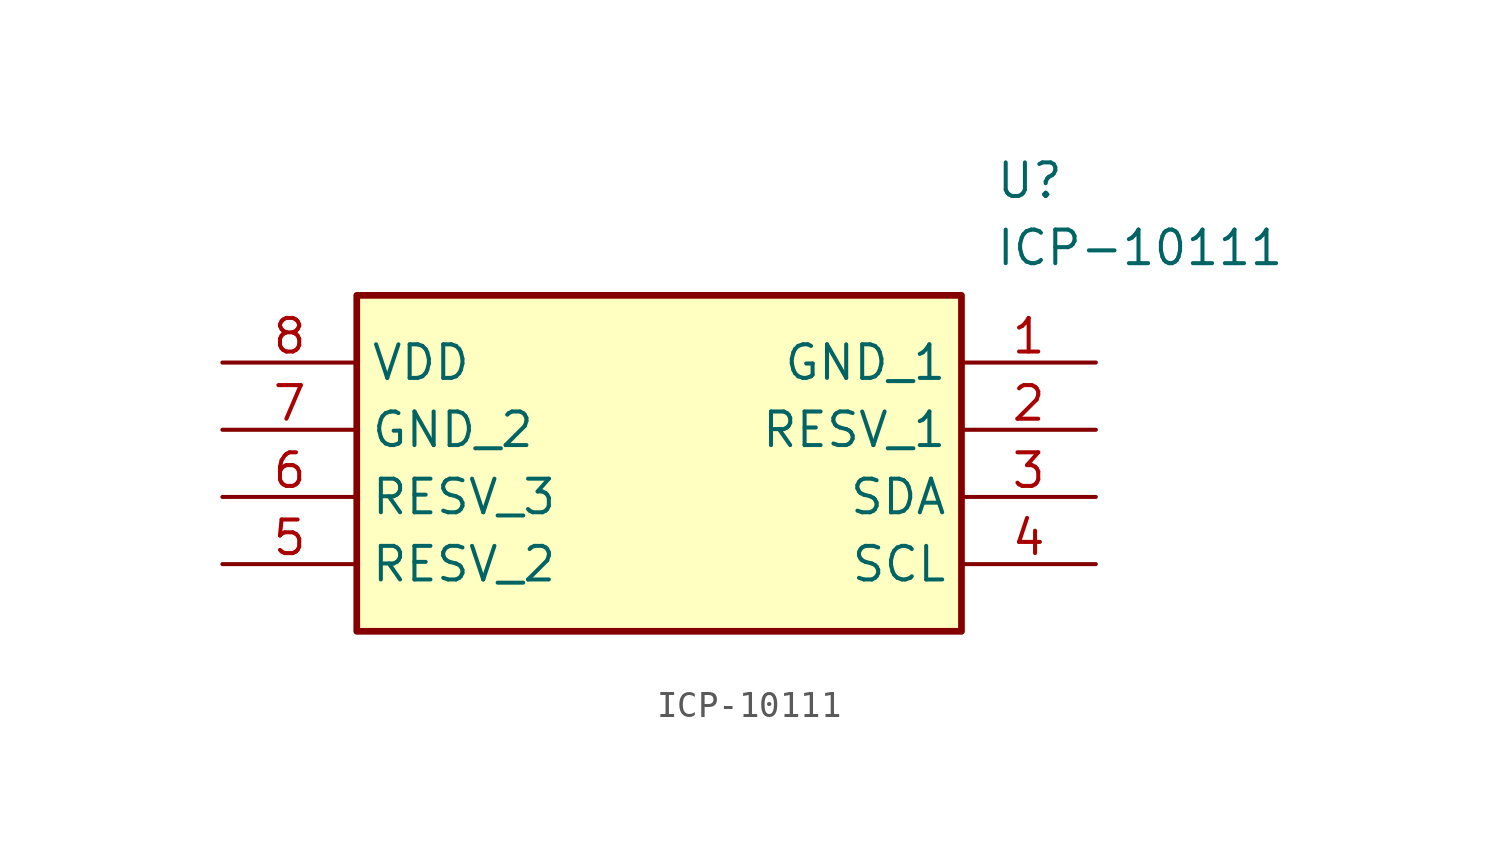
<source format=kicad_sym>
(kicad_symbol_lib
  (version 20211014)
  (generator SamacSys_ECAD_Model)
  (symbol "ICP-10111"
    (property "Reference" "U"
      (at 29.21 7.62 0)
      (effects (font (size 1.27 1.27)) (justify left top)))
    (property "Value" "ICP-10111"
      (at 29.21 5.08 0)
      (effects (font (size 1.27 1.27)) (justify left top)))
    (rectangle
      (start 5.08 2.54)
      (end 27.94 -10.16)
      (stroke (width 0.254) (type default))
      (fill (type background)))
    (pin passive line
      (at 33.02 0 180)
      (length 5.08)
      (name "GND_1" (effects (font (size 1.27 1.27))))
      (number "1" (effects (font (size 1.27 1.27)))))
    (pin passive line
      (at 33.02 -2.54 180)
      (length 5.08)
      (name "RESV_1" (effects (font (size 1.27 1.27))))
      (number "2" (effects (font (size 1.27 1.27)))))
    (pin passive line
      (at 33.02 -5.08 180)
      (length 5.08)
      (name "SDA" (effects (font (size 1.27 1.27))))
      (number "3" (effects (font (size 1.27 1.27)))))
    (pin passive line
      (at 33.02 -7.62 180)
      (length 5.08)
      (name "SCL" (effects (font (size 1.27 1.27))))
      (number "4" (effects (font (size 1.27 1.27)))))
    (pin passive line
      (at 0 -7.62 0)
      (length 5.08)
      (name "RESV_2" (effects (font (size 1.27 1.27))))
      (number "5" (effects (font (size 1.27 1.27)))))
    (pin passive line
      (at 0 -5.08 0)
      (length 5.08)
      (name "RESV_3" (effects (font (size 1.27 1.27))))
      (number "6" (effects (font (size 1.27 1.27)))))
    (pin passive line
      (at 0 -2.54 0)
      (length 5.08)
      (name "GND_2" (effects (font (size 1.27 1.27))))
      (number "7" (effects (font (size 1.27 1.27)))))
    (pin passive line
      (at 0 0 0)
      (length 5.08)
      (name "VDD" (effects (font (size 1.27 1.27))))
      (number "8" (effects (font (size 1.27 1.27)))))))
</source>
